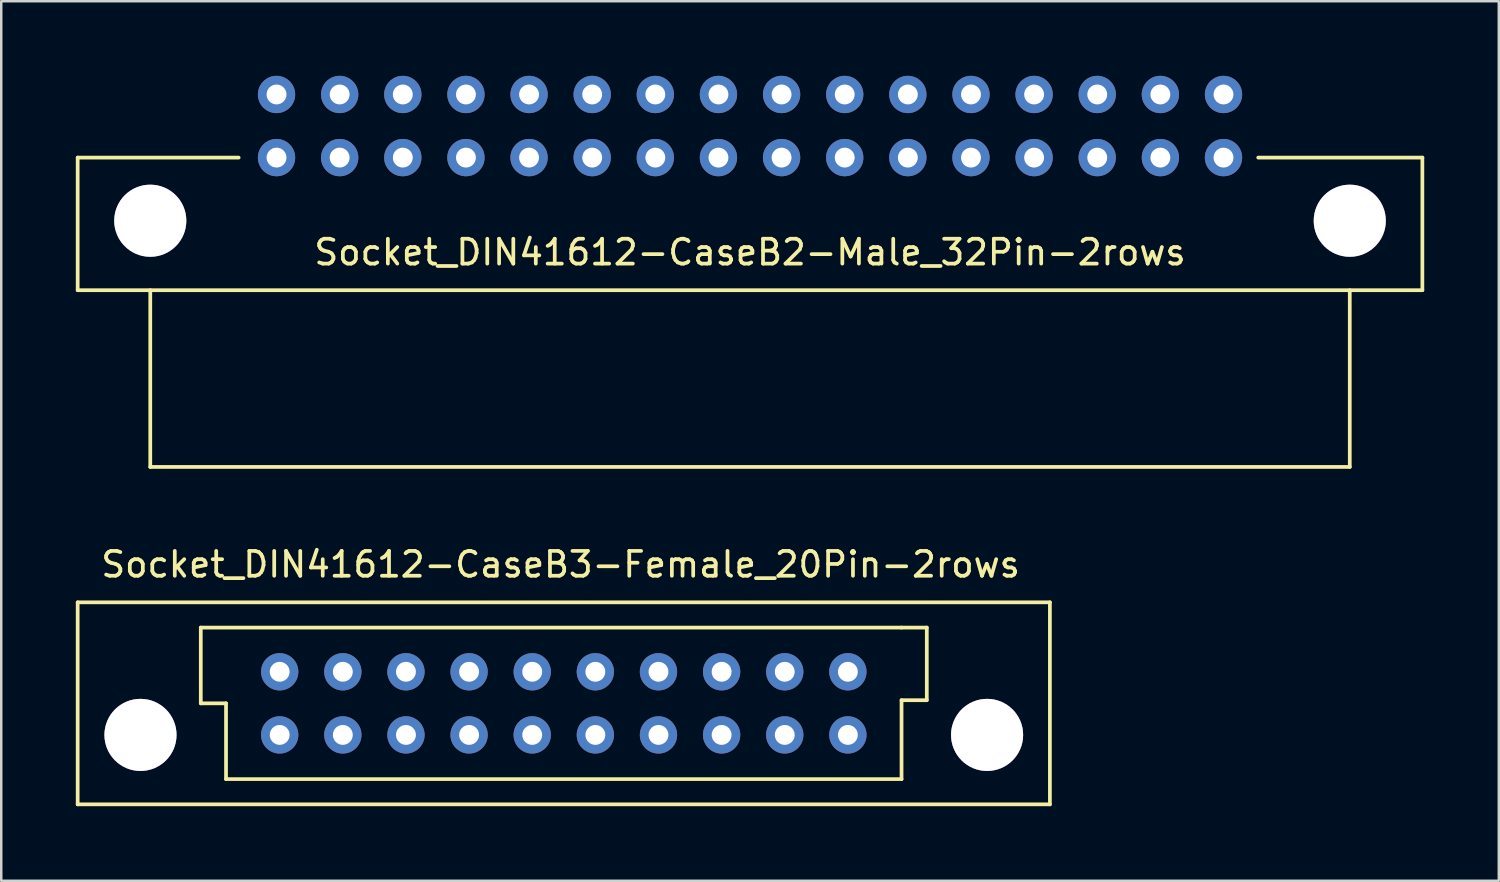
<source format=kicad_pcb>
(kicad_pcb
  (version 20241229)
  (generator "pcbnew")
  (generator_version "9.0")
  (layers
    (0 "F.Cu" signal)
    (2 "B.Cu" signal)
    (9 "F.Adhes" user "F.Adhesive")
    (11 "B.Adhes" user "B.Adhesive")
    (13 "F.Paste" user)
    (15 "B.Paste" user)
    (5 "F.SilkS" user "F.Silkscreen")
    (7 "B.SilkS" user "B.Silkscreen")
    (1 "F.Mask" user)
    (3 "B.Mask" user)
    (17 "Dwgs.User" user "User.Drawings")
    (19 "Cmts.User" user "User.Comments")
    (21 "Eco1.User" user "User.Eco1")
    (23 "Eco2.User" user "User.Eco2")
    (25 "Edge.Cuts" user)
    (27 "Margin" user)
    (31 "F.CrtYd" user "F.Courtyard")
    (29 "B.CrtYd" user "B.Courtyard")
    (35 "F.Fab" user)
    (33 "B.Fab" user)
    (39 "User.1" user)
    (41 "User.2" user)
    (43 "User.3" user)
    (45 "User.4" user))
  (footprint "Socket_DIN41612-CaseB3-Female_20Pin-2rows"
    (layer "F.Cu")
    (at 19.633 25.248)
    (property "Reference" "Socket_DIN41612-CaseB3-Female_20Pin-2rows" (at -0.127 -5.588 0) (layer "F.SilkS") (effects (font (size 1 1) (thickness 0.15))))
    (attr through_hole)
    (fp_line (start -19.558 -4.064) (end -19.558 4.064) (stroke (width 0.15) (type solid)) (layer "F.SilkS"))
    (fp_line (start -19.558 4.064) (end 19.558 4.064) (stroke (width 0.15) (type solid)) (layer "F.SilkS"))
    (fp_line (start -14.605 0) (end -14.605 -3.048) (stroke (width 0.15) (type solid)) (layer "F.SilkS"))
    (fp_line (start -13.589 0) (end -14.605 0) (stroke (width 0.15) (type solid)) (layer "F.SilkS"))
    (fp_line (start -13.589 3.048) (end -13.589 0) (stroke (width 0.15) (type solid)) (layer "F.SilkS"))
    (fp_line (start -13.589 3.048) (end 13.589 3.048) (stroke (width 0.15) (type solid)) (layer "F.SilkS"))
    (fp_line (start 13.589 -3.048) (end -14.605 -3.048) (stroke (width 0.15) (type solid)) (layer "F.SilkS"))
    (fp_line (start 13.589 -0.127) (end 14.605 -0.127) (stroke (width 0.15) (type solid)) (layer "F.SilkS"))
    (fp_line (start 13.589 3.048) (end 13.589 -0.127) (stroke (width 0.15) (type solid)) (layer "F.SilkS"))
    (fp_line (start 14.605 -3.048) (end 13.589 -3.048) (stroke (width 0.15) (type solid)) (layer "F.SilkS"))
    (fp_line (start 14.605 -0.127) (end 14.605 -3.048) (stroke (width 0.15) (type solid)) (layer "F.SilkS"))
    (fp_line (start 19.558 -4.064) (end -19.558 -4.064) (stroke (width 0.15) (type solid)) (layer "F.SilkS"))
    (fp_line (start 19.558 4.064) (end 19.558 -4.064) (stroke (width 0.15) (type solid)) (layer "F.SilkS"))
    (pad "1" thru_hole circle (at -17.031 1.27) (size 2.901 2.901) (drill 2.901) (layers "*.Cu" "*.Mask"))
    (pad "1" thru_hole circle (at 17.031 1.27) (size 2.901 2.901) (drill 2.901) (layers "*.Cu" "*.Mask"))
    (pad "1a" thru_hole circle (at 11.43 -1.27 180) (size 1.501 1.501) (drill 0.8) (layers "*.Cu" "*.Mask"))
    (pad "1b" thru_hole circle (at 11.43 1.27 180) (size 1.501 1.501) (drill 0.8) (layers "*.Cu" "*.Mask"))
    (pad "2a" thru_hole circle (at 8.89 -1.27 180) (size 1.501 1.501) (drill 0.8) (layers "*.Cu" "*.Mask"))
    (pad "2b" thru_hole circle (at 8.89 1.27 180) (size 1.501 1.501) (drill 0.8) (layers "*.Cu" "*.Mask"))
    (pad "3a" thru_hole circle (at 6.35 -1.27 180) (size 1.501 1.501) (drill 0.8) (layers "*.Cu" "*.Mask"))
    (pad "3b" thru_hole circle (at 6.35 1.27 180) (size 1.501 1.501) (drill 0.8) (layers "*.Cu" "*.Mask"))
    (pad "4a" thru_hole circle (at 3.81 -1.27 180) (size 1.501 1.501) (drill 0.8) (layers "*.Cu" "*.Mask"))
    (pad "4b" thru_hole circle (at 3.81 1.27 180) (size 1.501 1.501) (drill 0.8) (layers "*.Cu" "*.Mask"))
    (pad "5a" thru_hole circle (at 1.27 -1.27 180) (size 1.501 1.501) (drill 0.8) (layers "*.Cu" "*.Mask"))
    (pad "5b" thru_hole circle (at 1.27 1.27 180) (size 1.501 1.501) (drill 0.8) (layers "*.Cu" "*.Mask"))
    (pad "6a" thru_hole circle (at -1.27 -1.27 180) (size 1.501 1.501) (drill 0.8) (layers "*.Cu" "*.Mask"))
    (pad "6b" thru_hole circle (at -1.27 1.27 180) (size 1.501 1.501) (drill 0.8) (layers "*.Cu" "*.Mask"))
    (pad "7a" thru_hole circle (at -3.81 -1.27 180) (size 1.501 1.501) (drill 0.8) (layers "*.Cu" "*.Mask"))
    (pad "7b" thru_hole circle (at -3.81 1.27 180) (size 1.501 1.501) (drill 0.8) (layers "*.Cu" "*.Mask"))
    (pad "8a" thru_hole circle (at -6.35 -1.27 180) (size 1.501 1.501) (drill 0.8) (layers "*.Cu" "*.Mask"))
    (pad "8b" thru_hole circle (at -6.35 1.27 180) (size 1.501 1.501) (drill 0.8) (layers "*.Cu" "*.Mask"))
    (pad "9a" thru_hole circle (at -8.89 -1.27 180) (size 1.501 1.501) (drill 0.8) (layers "*.Cu" "*.Mask"))
    (pad "9b" thru_hole circle (at -8.89 1.27 180) (size 1.501 1.501) (drill 0.8) (layers "*.Cu" "*.Mask"))
    (pad "10a" thru_hole circle (at -11.43 -1.27 180) (size 1.501 1.501) (drill 0.8) (layers "*.Cu" "*.Mask"))
    (pad "10b" thru_hole circle (at -11.43 1.27 180) (size 1.501 1.501) (drill 0.8) (layers "*.Cu" "*.Mask")))
  (footprint "Socket_DIN41612-CaseB2-Male_32Pin-2rows"
    (layer "F.Cu")
    (at 27.126 2.021)
    (property "Reference" "Socket_DIN41612-CaseB2-Male_32Pin-2rows" (at 0 5.08 0) (layer "F.SilkS") (effects (font (size 1 1) (thickness 0.15))))
    (attr through_hole)
    (fp_line (start -27.051 1.27) (end -20.574 1.27) (stroke (width 0.15) (type solid)) (layer "F.SilkS"))
    (fp_line (start -27.051 6.604) (end -27.051 1.27) (stroke (width 0.15) (type solid)) (layer "F.SilkS"))
    (fp_line (start -24.13 13.716) (end -24.13 6.604) (stroke (width 0.15) (type solid)) (layer "F.SilkS"))
    (fp_line (start 24.13 6.604) (end 24.13 13.716) (stroke (width 0.15) (type solid)) (layer "F.SilkS"))
    (fp_line (start 24.13 13.716) (end -24.13 13.716) (stroke (width 0.15) (type solid)) (layer "F.SilkS"))
    (fp_line (start 27.051 1.27) (end 20.447 1.27) (stroke (width 0.15) (type solid)) (layer "F.SilkS"))
    (fp_line (start 27.051 1.27) (end 27.051 6.604) (stroke (width 0.15) (type solid)) (layer "F.SilkS"))
    (fp_line (start 27.051 6.604) (end -27.051 6.604) (stroke (width 0.15) (type solid)) (layer "F.SilkS"))
    (pad "1" thru_hole circle (at -24.13 3.81) (size 2.901 2.901) (drill 2.901) (layers "*.Cu" "*.Mask"))
    (pad "1" thru_hole circle (at 24.13 3.81) (size 2.901 2.901) (drill 2.901) (layers "*.Cu" "*.Mask"))
    (pad "1a" thru_hole circle (at 19.05 -1.27 180) (size 1.501 1.501) (drill 0.8) (layers "*.Cu" "*.Mask"))
    (pad "1b" thru_hole circle (at 19.05 1.27 180) (size 1.501 1.501) (drill 0.8) (layers "*.Cu" "*.Mask"))
    (pad "2a" thru_hole circle (at 16.51 -1.27 180) (size 1.501 1.501) (drill 0.8) (layers "*.Cu" "*.Mask"))
    (pad "2b" thru_hole circle (at 16.51 1.27 180) (size 1.501 1.501) (drill 0.8) (layers "*.Cu" "*.Mask"))
    (pad "3a" thru_hole circle (at 13.97 -1.27 180) (size 1.501 1.501) (drill 0.8) (layers "*.Cu" "*.Mask"))
    (pad "3b" thru_hole circle (at 13.97 1.27 180) (size 1.501 1.501) (drill 0.8) (layers "*.Cu" "*.Mask"))
    (pad "4a" thru_hole circle (at 11.43 -1.27 180) (size 1.501 1.501) (drill 0.8) (layers "*.Cu" "*.Mask"))
    (pad "4b" thru_hole circle (at 11.43 1.27 180) (size 1.501 1.501) (drill 0.8) (layers "*.Cu" "*.Mask"))
    (pad "5a" thru_hole circle (at 8.89 -1.27 180) (size 1.501 1.501) (drill 0.8) (layers "*.Cu" "*.Mask"))
    (pad "5b" thru_hole circle (at 8.89 1.27 180) (size 1.501 1.501) (drill 0.8) (layers "*.Cu" "*.Mask"))
    (pad "6a" thru_hole circle (at 6.35 -1.27 180) (size 1.501 1.501) (drill 0.8) (layers "*.Cu" "*.Mask"))
    (pad "6b" thru_hole circle (at 6.35 1.27 180) (size 1.501 1.501) (drill 0.8) (layers "*.Cu" "*.Mask"))
    (pad "7a" thru_hole circle (at 3.81 -1.27 180) (size 1.501 1.501) (drill 0.8) (layers "*.Cu" "*.Mask"))
    (pad "7b" thru_hole circle (at 3.81 1.27 180) (size 1.501 1.501) (drill 0.8) (layers "*.Cu" "*.Mask"))
    (pad "8a" thru_hole circle (at 1.27 -1.27 180) (size 1.501 1.501) (drill 0.8) (layers "*.Cu" "*.Mask"))
    (pad "8b" thru_hole circle (at 1.27 1.27 180) (size 1.501 1.501) (drill 0.8) (layers "*.Cu" "*.Mask"))
    (pad "9a" thru_hole circle (at -1.27 -1.27 180) (size 1.501 1.501) (drill 0.8) (layers "*.Cu" "*.Mask"))
    (pad "9b" thru_hole circle (at -1.27 1.27 180) (size 1.501 1.501) (drill 0.8) (layers "*.Cu" "*.Mask"))
    (pad "10a" thru_hole circle (at -3.81 -1.27 180) (size 1.501 1.501) (drill 0.8) (layers "*.Cu" "*.Mask"))
    (pad "10b" thru_hole circle (at -3.81 1.27 180) (size 1.501 1.501) (drill 0.8) (layers "*.Cu" "*.Mask"))
    (pad "11a" thru_hole circle (at -6.35 -1.27 180) (size 1.501 1.501) (drill 0.8) (layers "*.Cu" "*.Mask"))
    (pad "11b" thru_hole circle (at -6.35 1.27 180) (size 1.501 1.501) (drill 0.8) (layers "*.Cu" "*.Mask"))
    (pad "12a" thru_hole circle (at -8.89 -1.27 180) (size 1.501 1.501) (drill 0.8) (layers "*.Cu" "*.Mask"))
    (pad "12b" thru_hole circle (at -8.89 1.27 180) (size 1.501 1.501) (drill 0.8) (layers "*.Cu" "*.Mask"))
    (pad "13a" thru_hole circle (at -11.43 -1.27 180) (size 1.501 1.501) (drill 0.8) (layers "*.Cu" "*.Mask"))
    (pad "13b" thru_hole circle (at -11.43 1.27 180) (size 1.501 1.501) (drill 0.8) (layers "*.Cu" "*.Mask"))
    (pad "14a" thru_hole circle (at -13.97 -1.27 180) (size 1.501 1.501) (drill 0.8) (layers "*.Cu" "*.Mask"))
    (pad "14b" thru_hole circle (at -13.97 1.27 180) (size 1.501 1.501) (drill 0.8) (layers "*.Cu" "*.Mask"))
    (pad "15a" thru_hole circle (at -16.51 -1.27 180) (size 1.501 1.501) (drill 0.8) (layers "*.Cu" "*.Mask"))
    (pad "15b" thru_hole circle (at -16.51 1.27 180) (size 1.501 1.501) (drill 0.8) (layers "*.Cu" "*.Mask"))
    (pad "16a" thru_hole circle (at -19.05 -1.27 180) (size 1.501 1.501) (drill 0.8) (layers "*.Cu" "*.Mask"))
    (pad "16b" thru_hole circle (at -19.05 1.27 180) (size 1.501 1.501) (drill 0.8) (layers "*.Cu" "*.Mask")))
  (gr_rect
    (start -3 -3)
    (end 57.252 32.387)
    (stroke (width 0.1) (type default))
    (fill no)
    (layer "Edge.Cuts")))
</source>
